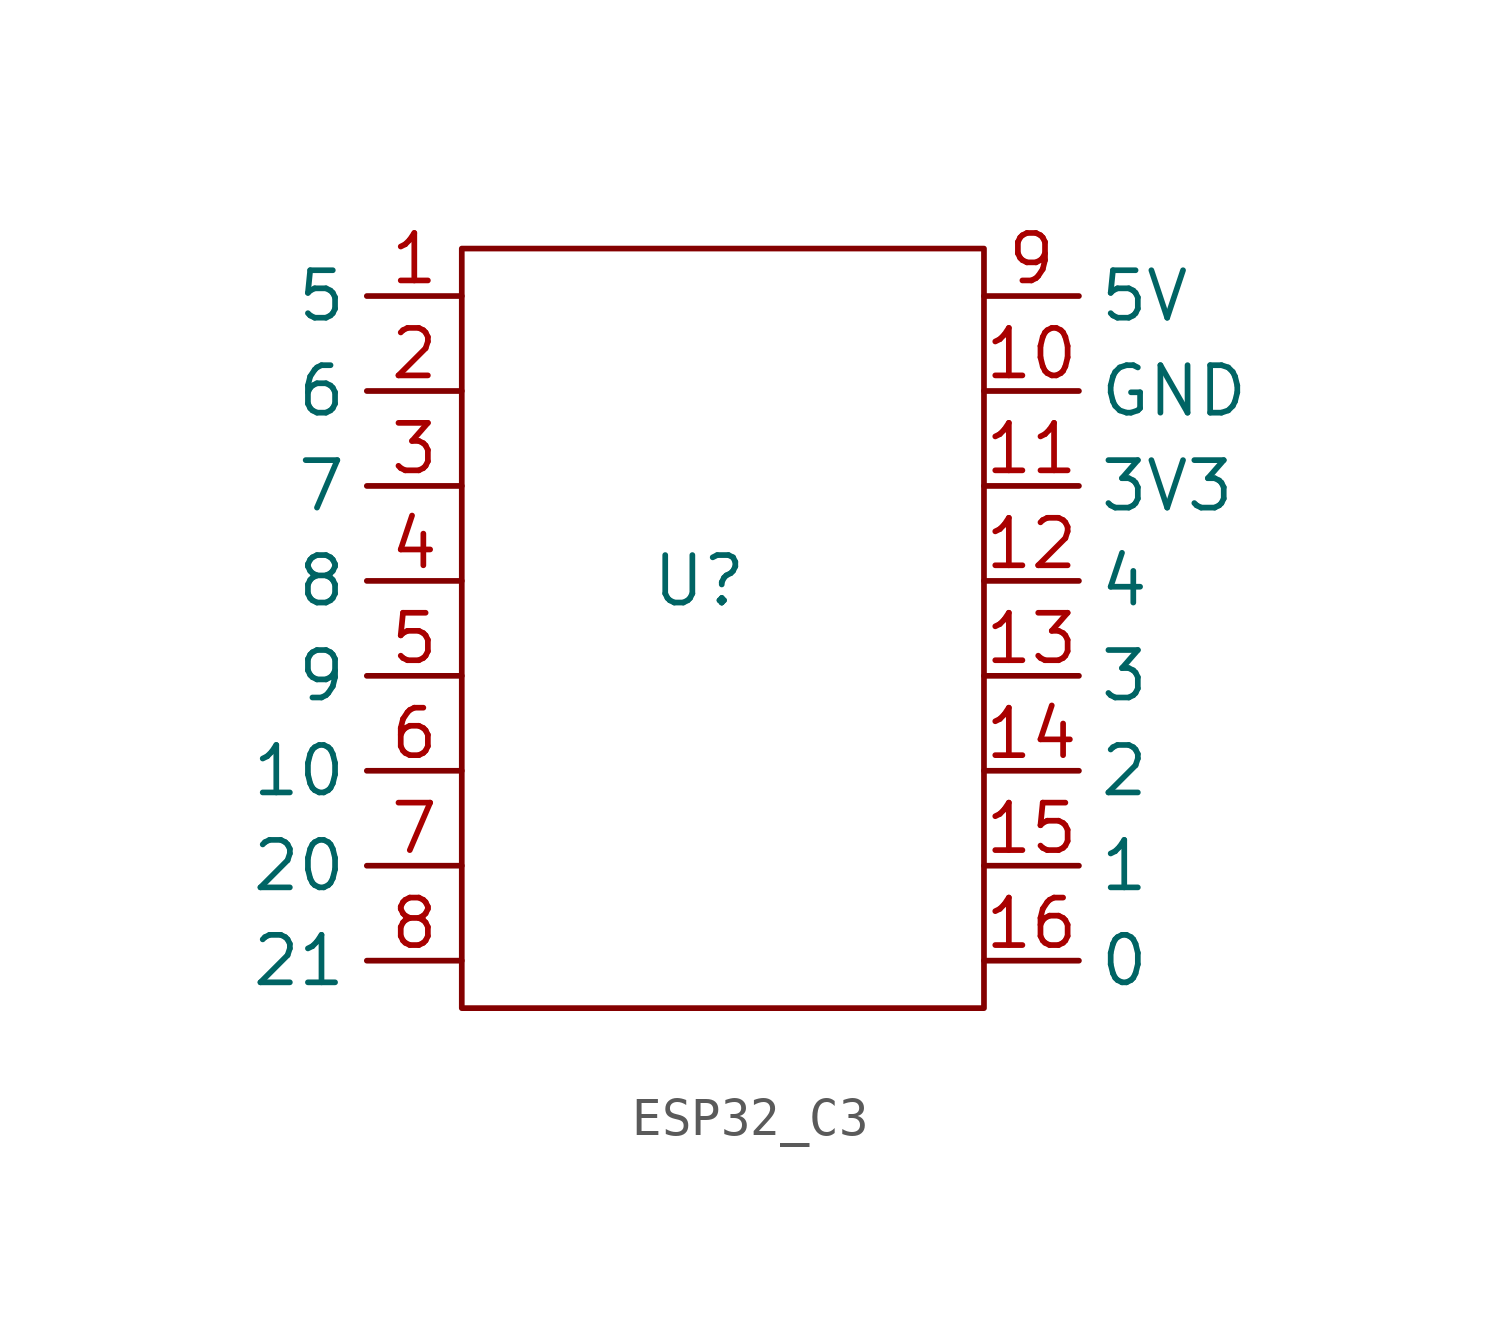
<source format=kicad_sym>
(kicad_symbol_lib
  (version 20220914)
  (generator kicad_symbol_editor)
  (symbol "ESP32_C3"
    (property "Reference" "U"
      (at 0 0 0)
      (effects (font (size 1.27 1.27))))
    (property "Value" ""
      (at 0 0 0)
      (effects (font (size 1.27 1.27))))
    (symbol "ESP32_C3_0_1"
      (rectangle (start -6.35 8.89) (end 7.62 -11.43) (stroke (width 0) (type default)) (fill (type none))))
    (symbol "ESP32_C3_1_1"
      (pin input line (at -6.35 7.62 180) (length 2.54) (name "5" (effects (font (size 1.27 1.27)))) (number "1" (effects (font (size 1.27 1.27)))))
      (pin input line (at 7.62 5.08 0) (length 2.54) (name "GND" (effects (font (size 1.27 1.27)))) (number "10" (effects (font (size 1.27 1.27)))))
      (pin input line (at 7.62 2.54 0) (length 2.54) (name "3V3" (effects (font (size 1.27 1.27)))) (number "11" (effects (font (size 1.27 1.27)))))
      (pin input line (at 7.62 0 0) (length 2.54) (name "4" (effects (font (size 1.27 1.27)))) (number "12" (effects (font (size 1.27 1.27)))))
      (pin input line (at 7.62 -2.54 0) (length 2.54) (name "3" (effects (font (size 1.27 1.27)))) (number "13" (effects (font (size 1.27 1.27)))))
      (pin input line (at 7.62 -5.08 0) (length 2.54) (name "2" (effects (font (size 1.27 1.27)))) (number "14" (effects (font (size 1.27 1.27)))))
      (pin input line (at 7.62 -7.62 0) (length 2.54) (name "1" (effects (font (size 1.27 1.27)))) (number "15" (effects (font (size 1.27 1.27)))))
      (pin input line (at 7.62 -10.16 0) (length 2.54) (name "0" (effects (font (size 1.27 1.27)))) (number "16" (effects (font (size 1.27 1.27)))))
      (pin input line (at -6.35 5.08 180) (length 2.54) (name "6" (effects (font (size 1.27 1.27)))) (number "2" (effects (font (size 1.27 1.27)))))
      (pin input line (at -6.35 2.54 180) (length 2.54) (name "7" (effects (font (size 1.27 1.27)))) (number "3" (effects (font (size 1.27 1.27)))))
      (pin input line (at -6.35 0 180) (length 2.54) (name "8" (effects (font (size 1.27 1.27)))) (number "4" (effects (font (size 1.27 1.27)))))
      (pin input line (at -6.35 -2.54 180) (length 2.54) (name "9" (effects (font (size 1.27 1.27)))) (number "5" (effects (font (size 1.27 1.27)))))
      (pin input line (at -6.35 -5.08 180) (length 2.54) (name "10" (effects (font (size 1.27 1.27)))) (number "6" (effects (font (size 1.27 1.27)))))
      (pin input line (at -6.35 -7.62 180) (length 2.54) (name "20" (effects (font (size 1.27 1.27)))) (number "7" (effects (font (size 1.27 1.27)))))
      (pin input line (at -6.35 -10.16 180) (length 2.54) (name "21" (effects (font (size 1.27 1.27)))) (number "8" (effects (font (size 1.27 1.27)))))
      (pin input line (at 7.62 7.62 0) (length 2.54) (name "5V" (effects (font (size 1.27 1.27)))) (number "9" (effects (font (size 1.27 1.27))))))))
</source>
